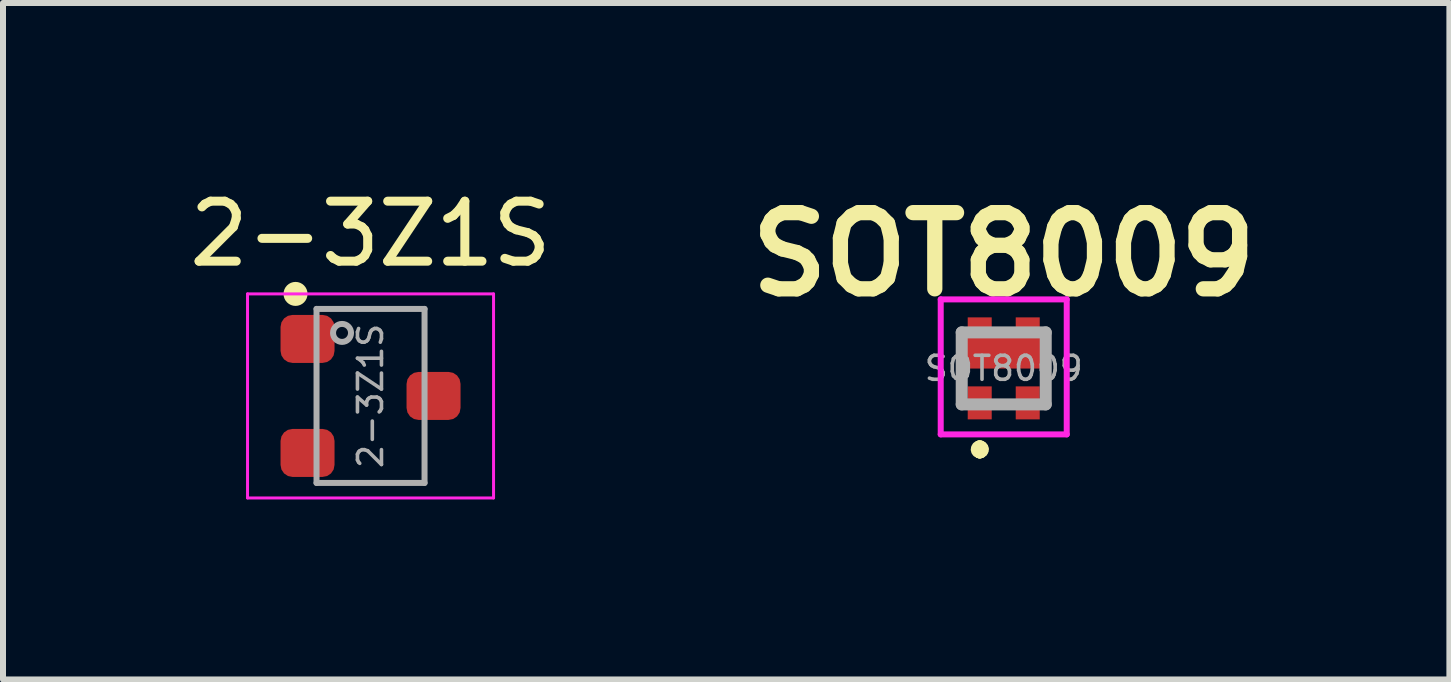
<source format=kicad_pcb>
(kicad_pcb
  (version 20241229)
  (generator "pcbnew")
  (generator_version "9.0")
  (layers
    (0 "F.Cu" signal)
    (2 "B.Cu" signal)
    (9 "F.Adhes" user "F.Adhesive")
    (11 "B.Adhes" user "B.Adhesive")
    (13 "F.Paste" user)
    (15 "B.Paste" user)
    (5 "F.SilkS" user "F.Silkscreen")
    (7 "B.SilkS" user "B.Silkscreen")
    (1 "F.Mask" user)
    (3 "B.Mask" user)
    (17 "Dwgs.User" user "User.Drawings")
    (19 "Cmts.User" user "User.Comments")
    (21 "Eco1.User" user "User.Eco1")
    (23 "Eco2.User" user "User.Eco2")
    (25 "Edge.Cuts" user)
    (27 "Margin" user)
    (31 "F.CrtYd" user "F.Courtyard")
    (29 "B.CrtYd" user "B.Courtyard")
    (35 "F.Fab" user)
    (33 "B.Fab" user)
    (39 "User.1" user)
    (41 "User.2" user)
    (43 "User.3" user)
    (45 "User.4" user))
  (footprint "SOT8009"
    (layer "F.Cu")
    (at 13.677 3.089)
    (property "Reference" "SOT8009" (at 0 -1.9 0) (layer "F.SilkS") (effects (font (size 1.27 1.27) (thickness 0.254))))
    (attr smd)
    (fp_line (start -0.4 1.3) (end -0.4 1.3) (stroke (width 0.2) (type solid)) (layer "F.SilkS"))
    (fp_line (start -0.4 1.4) (end -0.4 1.4) (stroke (width 0.2) (type solid)) (layer "F.SilkS"))
    (fp_line (start -0.4 1.4) (end -0.4 1.4) (stroke (width 0.2) (type solid)) (layer "F.SilkS"))
    (fp_arc (start -0.4 1.3) (mid -0.35 1.35) (end -0.4 1.4) (stroke (width 0.2) (type solid)) (layer "F.SilkS"))
    (fp_arc (start -0.4 1.3) (mid -0.35 1.35) (end -0.4 1.4) (stroke (width 0.2) (type solid)) (layer "F.SilkS"))
    (fp_arc (start -0.4 1.4) (mid -0.45 1.35) (end -0.4 1.3) (stroke (width 0.2) (type solid)) (layer "F.SilkS"))
    (fp_rect (start -0.6 -0.8) (end -0.2 -0.05) (stroke (width 0) (type solid)) (fill yes) (layer "F.Paste"))
    (fp_rect (start -0.55 0.35) (end -0.25 0.8) (stroke (width 0) (type solid)) (fill yes) (layer "F.Paste"))
    (fp_rect (start 0.2 -0.8) (end 0.6 -0.05) (stroke (width 0) (type solid)) (fill yes) (layer "F.Paste"))
    (fp_rect (start 0.25 0.35) (end 0.55 0.8) (stroke (width 0) (type solid)) (fill yes) (layer "F.Paste"))
    (fp_line (start -1.05 -1.15) (end -1.05 1.1) (stroke (width 0.1) (type solid)) (layer "F.CrtYd"))
    (fp_line (start -1.05 1.1) (end 1.05 1.1) (stroke (width 0.1) (type solid)) (layer "F.CrtYd"))
    (fp_line (start 1.05 -1.15) (end -1.05 -1.15) (stroke (width 0.1) (type solid)) (layer "F.CrtYd"))
    (fp_line (start 1.05 1.1) (end 1.05 -1.15) (stroke (width 0.1) (type solid)) (layer "F.CrtYd"))
    (fp_line (start -0.7 -0.6) (end 0.7 -0.6) (stroke (width 0.2) (type solid)) (layer "F.Fab"))
    (fp_line (start -0.7 0.6) (end -0.7 -0.6) (stroke (width 0.2) (type solid)) (layer "F.Fab"))
    (fp_line (start 0.7 -0.6) (end 0.7 0.6) (stroke (width 0.2) (type solid)) (layer "F.Fab"))
    (fp_line (start 0.7 0.6) (end -0.7 0.6) (stroke (width 0.2) (type solid)) (layer "F.Fab"))
    (fp_text user "${REFERENCE}" (at 0 0 0) (layer "F.Fab") (effects (font (size 0.4 0.4) (thickness 0.06))))
    (pad "1" smd rect (at -0.4 0.575) (size 0.4 0.55) (layers "F.Cu" "F.Mask"))
    (pad "2" smd rect (at 0.4 0.575) (size 0.4 0.55) (layers "F.Cu" "F.Mask"))
    (pad "3" smd rect (at -0.4 -0.725 90) (size 0.25 0.4) (layers "F.Cu" "F.Mask"))
    (pad "3" smd rect (at 0 -0.297 90) (size 0.6 1.3) (layers "F.Cu" "F.Mask"))
    (pad "3" smd rect (at 0.4 -0.725 90) (size 0.25 0.4) (layers "F.Cu" "F.Mask")))
  (footprint "2-3Z1S"
    (layer "F.Cu")
    (at 3.125 3.548)
    (property "Reference" "2-3Z1S" (at 0 -2.7 0) (layer "F.SilkS") (effects (font (size 1 1) (thickness 0.15))))
    (attr smd)
    (fp_circle (center -1.25 -1.7) (end -1.1 -1.7) (stroke (width 0.1) (type solid)) (fill yes) (layer "F.SilkS"))
    (fp_line (start -2.05 -1.7) (end -2.05 1.7) (stroke (width 0.05) (type solid)) (layer "F.CrtYd"))
    (fp_line (start -2.05 1.7) (end 2.05 1.7) (stroke (width 0.05) (type solid)) (layer "F.CrtYd"))
    (fp_line (start 2.05 -1.7) (end -2.05 -1.7) (stroke (width 0.05) (type solid)) (layer "F.CrtYd"))
    (fp_line (start 2.05 1.7) (end 2.05 -1.7) (stroke (width 0.05) (type solid)) (layer "F.CrtYd"))
    (fp_line (start -0.9 -1.45) (end 0.9 -1.45) (stroke (width 0.1) (type solid)) (layer "F.Fab"))
    (fp_line (start -0.9 1.45) (end -0.9 -1.45) (stroke (width 0.1) (type solid)) (layer "F.Fab"))
    (fp_line (start 0.9 -1.45) (end 0.9 1.45) (stroke (width 0.1) (type solid)) (layer "F.Fab"))
    (fp_line (start 0.9 1.45) (end -0.9 1.45) (stroke (width 0.1) (type solid)) (layer "F.Fab"))
    (fp_circle (center -0.475 -1.05) (end -0.325 -1.05) (stroke (width 0.1) (type solid)) (fill no) (layer "F.Fab"))
    (fp_text user "${REFERENCE}" (at 0 0 90) (layer "F.Fab") (effects (font (size 0.4 0.4) (thickness 0.06))))
    (pad "1" smd roundrect (at -1.05 -0.95) (size 0.9 0.8) (layers "F.Cu" "F.Mask" "F.Paste") (roundrect_rratio 0.25))
    (pad "2" smd roundrect (at -1.05 0.95) (size 0.9 0.8) (layers "F.Cu" "F.Mask" "F.Paste") (roundrect_rratio 0.25))
    (pad "3" smd roundrect (at 1.05 0) (size 0.9 0.8) (layers "F.Cu" "F.Mask" "F.Paste") (roundrect_rratio 0.25)))
  (gr_rect
    (start -3 -3)
    (end 21.104 8.273)
    (stroke (width 0.1) (type default))
    (fill no)
    (layer "Edge.Cuts")))
</source>
